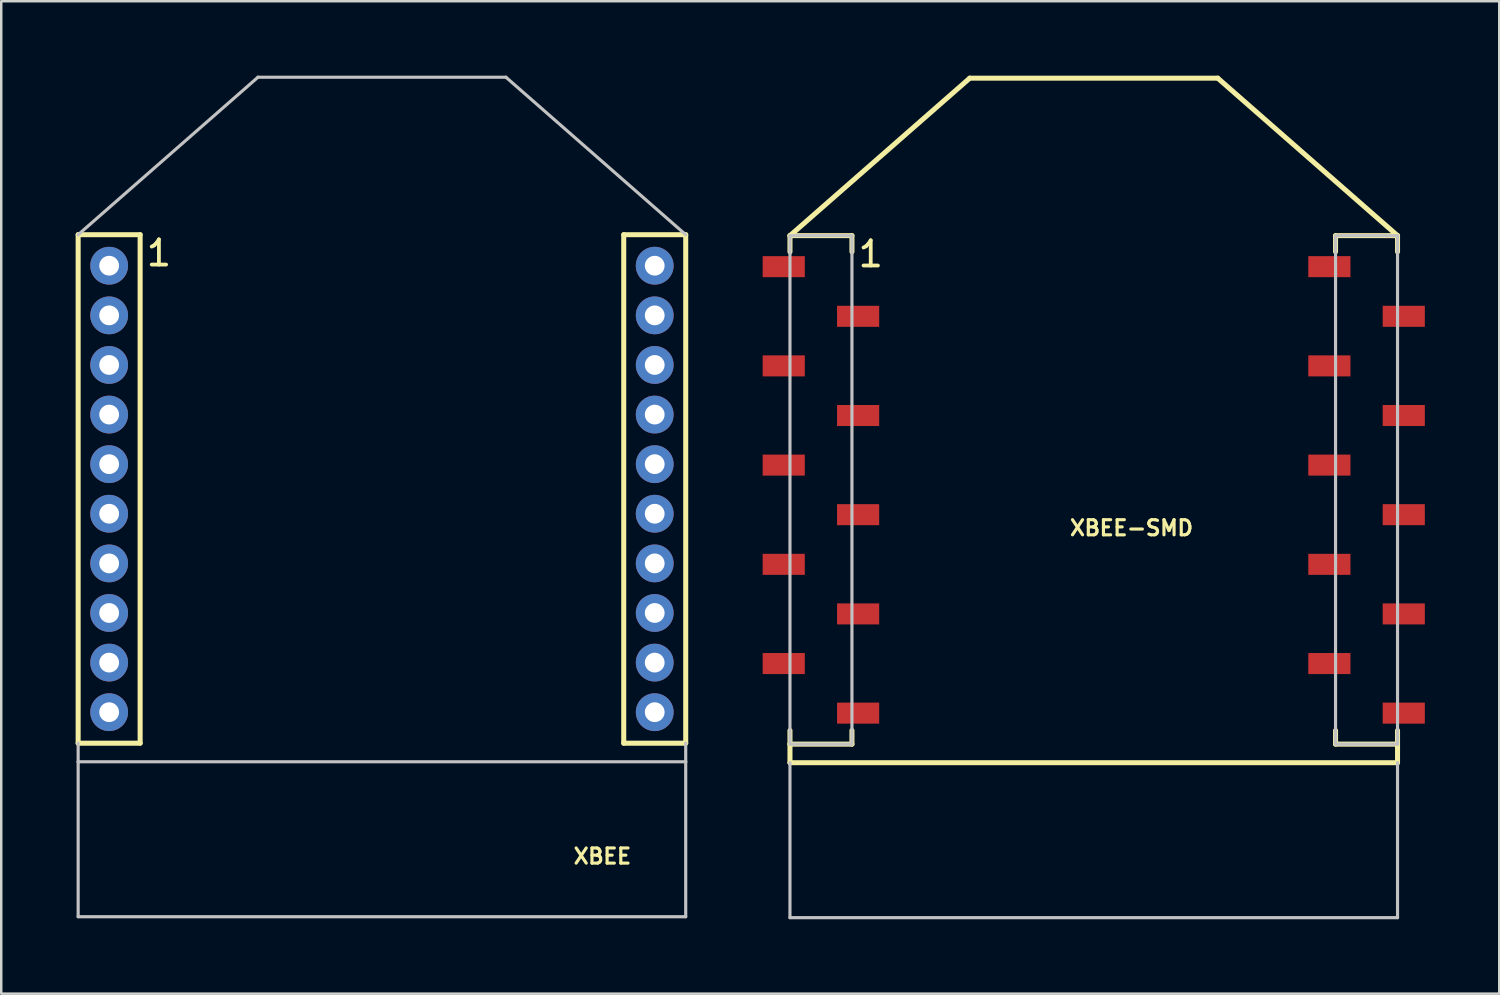
<source format=kicad_pcb>
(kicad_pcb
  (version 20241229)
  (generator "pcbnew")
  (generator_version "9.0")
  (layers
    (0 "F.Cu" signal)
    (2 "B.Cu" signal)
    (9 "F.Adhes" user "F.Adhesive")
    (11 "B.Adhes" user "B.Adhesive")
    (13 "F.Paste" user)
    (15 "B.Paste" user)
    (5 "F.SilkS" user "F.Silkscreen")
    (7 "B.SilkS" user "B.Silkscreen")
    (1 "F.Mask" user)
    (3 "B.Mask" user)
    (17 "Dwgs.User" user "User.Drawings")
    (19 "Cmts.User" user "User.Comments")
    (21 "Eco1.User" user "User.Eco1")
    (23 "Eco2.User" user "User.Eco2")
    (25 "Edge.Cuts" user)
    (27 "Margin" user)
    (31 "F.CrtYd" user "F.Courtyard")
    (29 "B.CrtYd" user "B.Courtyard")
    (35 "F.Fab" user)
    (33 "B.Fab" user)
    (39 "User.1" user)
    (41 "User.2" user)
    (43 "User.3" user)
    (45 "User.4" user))
  (footprint "XBEE-SMD"
    (layer "F.Cu")
    (at 41.048 27.701)
    (property "Reference" "XBEE-SMD" (at 1.524 -9.464 0) (layer "F.SilkS") (effects (font (size 0.61 0.61) (thickness 0.127))))
    (attr smd)
    (fp_line (start -12.248 -21.25) (end -12.248 -20.599) (stroke (width 0.203) (type solid)) (layer "F.SilkS"))
    (fp_line (start -12.248 -21.25) (end -4.999 -27.6) (stroke (width 0.203) (type solid)) (layer "F.SilkS"))
    (fp_line (start -12.248 -1.298) (end -12.248 -0.749) (stroke (width 0.203) (type solid)) (layer "F.SilkS"))
    (fp_line (start -12.248 -0.749) (end -12.248 0) (stroke (width 0.203) (type solid)) (layer "F.SilkS"))
    (fp_line (start -12.248 -0.749) (end -9.749 -0.749) (stroke (width 0.203) (type solid)) (layer "F.SilkS"))
    (fp_line (start -12.248 0) (end 12.248 0) (stroke (width 0.203) (type solid)) (layer "F.SilkS"))
    (fp_line (start -9.749 -21.25) (end -12.248 -21.25) (stroke (width 0.203) (type solid)) (layer "F.SilkS"))
    (fp_line (start -9.749 -20.599) (end -9.749 -21.25) (stroke (width 0.203) (type solid)) (layer "F.SilkS"))
    (fp_line (start -9.749 -0.749) (end -9.749 -1.298) (stroke (width 0.203) (type solid)) (layer "F.SilkS"))
    (fp_line (start -4.999 -27.6) (end 4.999 -27.6) (stroke (width 0.203) (type solid)) (layer "F.SilkS"))
    (fp_line (start 9.749 -21.25) (end 9.749 -20.599) (stroke (width 0.203) (type solid)) (layer "F.SilkS"))
    (fp_line (start 9.749 -0.749) (end 9.749 -1.298) (stroke (width 0.203) (type solid)) (layer "F.SilkS"))
    (fp_line (start 9.749 -0.749) (end 12.248 -0.749) (stroke (width 0.203) (type solid)) (layer "F.SilkS"))
    (fp_line (start 12.248 -21.25) (end 4.999 -27.6) (stroke (width 0.203) (type solid)) (layer "F.SilkS"))
    (fp_line (start 12.248 -21.25) (end 9.749 -21.25) (stroke (width 0.203) (type solid)) (layer "F.SilkS"))
    (fp_line (start 12.248 -20.599) (end 12.248 -21.25) (stroke (width 0.203) (type solid)) (layer "F.SilkS"))
    (fp_line (start 12.248 -0.749) (end 12.248 -1.298) (stroke (width 0.203) (type solid)) (layer "F.SilkS"))
    (fp_line (start 12.248 -0.749) (end 12.248 0) (stroke (width 0.203) (type solid)) (layer "F.SilkS"))
    (fp_line (start -12.248 -21.25) (end -9.749 -21.25) (stroke (width 0.127) (type solid)) (layer "Dwgs.User"))
    (fp_line (start -12.248 -0.749) (end -12.248 -21.25) (stroke (width 0.127) (type solid)) (layer "Dwgs.User"))
    (fp_line (start -12.248 -0.749) (end -9.749 -0.749) (stroke (width 0.127) (type solid)) (layer "Dwgs.User"))
    (fp_line (start -12.248 0) (end -12.248 6.248) (stroke (width 0.127) (type solid)) (layer "Dwgs.User"))
    (fp_line (start -12.248 6.248) (end 12.248 6.248) (stroke (width 0.127) (type solid)) (layer "Dwgs.User"))
    (fp_line (start -9.749 -21.25) (end -9.749 -0.749) (stroke (width 0.127) (type solid)) (layer "Dwgs.User"))
    (fp_line (start 9.749 -21.25) (end 12.248 -21.25) (stroke (width 0.127) (type solid)) (layer "Dwgs.User"))
    (fp_line (start 9.749 -0.749) (end 9.749 -21.25) (stroke (width 0.127) (type solid)) (layer "Dwgs.User"))
    (fp_line (start 9.749 -0.749) (end 12.248 -0.749) (stroke (width 0.127) (type solid)) (layer "Dwgs.User"))
    (fp_line (start 12.248 -21.25) (end 12.248 -0.749) (stroke (width 0.127) (type solid)) (layer "Dwgs.User"))
    (fp_line (start 12.248 0) (end 12.248 6.248) (stroke (width 0.127) (type solid)) (layer "Dwgs.User"))
    (fp_text user "1" (at -8.992 -20.508 0) (layer "F.SilkS") (effects (font (size 1.016 1.016) (thickness 0.152))))
    (pad "1" smd rect (at -12.499 -20 90) (size 0.848 1.699) (layers "F.Cu" "F.Mask" "F.Paste"))
    (pad "2" smd rect (at -9.5 -17.998 90) (size 0.848 1.699) (layers "F.Cu" "F.Mask" "F.Paste"))
    (pad "3" smd rect (at -12.499 -15.999 90) (size 0.848 1.699) (layers "F.Cu" "F.Mask" "F.Paste"))
    (pad "4" smd rect (at -9.5 -13.998 90) (size 0.848 1.699) (layers "F.Cu" "F.Mask" "F.Paste"))
    (pad "5" smd rect (at -12.499 -11.999 90) (size 0.848 1.699) (layers "F.Cu" "F.Mask" "F.Paste"))
    (pad "6" smd rect (at -9.5 -10 90) (size 0.848 1.699) (layers "F.Cu" "F.Mask" "F.Paste"))
    (pad "7" smd rect (at -12.499 -7.998 90) (size 0.848 1.699) (layers "F.Cu" "F.Mask" "F.Paste"))
    (pad "8" smd rect (at -9.5 -5.999 90) (size 0.848 1.699) (layers "F.Cu" "F.Mask" "F.Paste"))
    (pad "9" smd rect (at -12.499 -3.998 90) (size 0.848 1.699) (layers "F.Cu" "F.Mask" "F.Paste"))
    (pad "10" smd rect (at -9.5 -1.999 90) (size 0.848 1.699) (layers "F.Cu" "F.Mask" "F.Paste"))
    (pad "11" smd rect (at 12.499 -1.999 90) (size 0.848 1.699) (layers "F.Cu" "F.Mask" "F.Paste"))
    (pad "12" smd rect (at 9.5 -3.998 90) (size 0.848 1.699) (layers "F.Cu" "F.Mask" "F.Paste"))
    (pad "13" smd rect (at 12.499 -5.999 90) (size 0.848 1.699) (layers "F.Cu" "F.Mask" "F.Paste"))
    (pad "14" smd rect (at 9.5 -7.998 90) (size 0.848 1.699) (layers "F.Cu" "F.Mask" "F.Paste"))
    (pad "15" smd rect (at 12.499 -10 90) (size 0.848 1.699) (layers "F.Cu" "F.Mask" "F.Paste"))
    (pad "16" smd rect (at 9.5 -11.999 90) (size 0.848 1.699) (layers "F.Cu" "F.Mask" "F.Paste"))
    (pad "17" smd rect (at 12.499 -13.998 90) (size 0.848 1.699) (layers "F.Cu" "F.Mask" "F.Paste"))
    (pad "18" smd rect (at 9.5 -15.999 90) (size 0.848 1.699) (layers "F.Cu" "F.Mask" "F.Paste"))
    (pad "19" smd rect (at 12.499 -17.998 90) (size 0.848 1.699) (layers "F.Cu" "F.Mask" "F.Paste"))
    (pad "20" smd rect (at 9.5 -20 90) (size 0.848 1.699) (layers "F.Cu" "F.Mask" "F.Paste")))
  (footprint "XBEE"
    (layer "F.Cu")
    (at 12.349 27.663)
    (property "Reference" "XBEE" (at 8.89 3.81 0) (layer "F.SilkS") (effects (font (size 0.61 0.61) (thickness 0.127))))
    (attr exclude_from_pos_files exclude_from_bom)
    (fp_line (start -12.248 -21.25) (end -12.248 -0.749) (stroke (width 0.203) (type solid)) (layer "F.SilkS"))
    (fp_line (start -12.248 -0.749) (end -9.749 -0.749) (stroke (width 0.203) (type solid)) (layer "F.SilkS"))
    (fp_line (start -9.749 -21.25) (end -12.248 -21.25) (stroke (width 0.203) (type solid)) (layer "F.SilkS"))
    (fp_line (start -9.749 -21.25) (end -9.749 -0.749) (stroke (width 0.203) (type solid)) (layer "F.SilkS"))
    (fp_line (start 9.749 -21.25) (end 9.749 -0.749) (stroke (width 0.203) (type solid)) (layer "F.SilkS"))
    (fp_line (start 9.749 -21.25) (end 12.248 -21.25) (stroke (width 0.203) (type solid)) (layer "F.SilkS"))
    (fp_line (start 12.248 -21.25) (end 12.248 -0.749) (stroke (width 0.203) (type solid)) (layer "F.SilkS"))
    (fp_line (start 12.248 -0.749) (end 9.749 -0.749) (stroke (width 0.203) (type solid)) (layer "F.SilkS"))
    (fp_line (start -12.248 -21.25) (end -4.999 -27.6) (stroke (width 0.127) (type solid)) (layer "Dwgs.User"))
    (fp_line (start -12.248 -0.749) (end -12.248 0) (stroke (width 0.127) (type solid)) (layer "Dwgs.User"))
    (fp_line (start -12.248 0) (end -12.248 6.248) (stroke (width 0.127) (type solid)) (layer "Dwgs.User"))
    (fp_line (start -12.248 0) (end 12.248 0) (stroke (width 0.127) (type solid)) (layer "Dwgs.User"))
    (fp_line (start -12.248 6.248) (end 12.248 6.248) (stroke (width 0.127) (type solid)) (layer "Dwgs.User"))
    (fp_line (start -4.999 -27.6) (end 4.999 -27.6) (stroke (width 0.127) (type solid)) (layer "Dwgs.User"))
    (fp_line (start 12.248 -21.25) (end 4.999 -27.6) (stroke (width 0.127) (type solid)) (layer "Dwgs.User"))
    (fp_line (start 12.248 -0.749) (end 12.248 0) (stroke (width 0.127) (type solid)) (layer "Dwgs.User"))
    (fp_line (start 12.248 0) (end 12.248 6.248) (stroke (width 0.127) (type solid)) (layer "Dwgs.User"))
    (fp_text user "1" (at -8.992 -20.508 0) (layer "F.SilkS") (effects (font (size 1.016 1.016) (thickness 0.152))))
    (pad "1" thru_hole circle (at -10.998 -20) (size 1.524 1.524) (drill 0.798) (layers "*.Cu" "*.Paste" "*.Mask"))
    (pad "2" thru_hole circle (at -10.998 -17.998) (size 1.524 1.524) (drill 0.798) (layers "*.Cu" "*.Paste" "*.Mask"))
    (pad "3" thru_hole circle (at -10.998 -15.999) (size 1.524 1.524) (drill 0.798) (layers "*.Cu" "*.Paste" "*.Mask"))
    (pad "4" thru_hole circle (at -10.998 -13.998) (size 1.524 1.524) (drill 0.798) (layers "*.Cu" "*.Paste" "*.Mask"))
    (pad "5" thru_hole circle (at -10.998 -11.999) (size 1.524 1.524) (drill 0.798) (layers "*.Cu" "*.Paste" "*.Mask"))
    (pad "6" thru_hole circle (at -10.998 -10) (size 1.524 1.524) (drill 0.798) (layers "*.Cu" "*.Paste" "*.Mask"))
    (pad "7" thru_hole circle (at -10.998 -7.998) (size 1.524 1.524) (drill 0.798) (layers "*.Cu" "*.Paste" "*.Mask"))
    (pad "8" thru_hole circle (at -10.998 -5.999) (size 1.524 1.524) (drill 0.798) (layers "*.Cu" "*.Paste" "*.Mask"))
    (pad "9" thru_hole circle (at -10.998 -3.998) (size 1.524 1.524) (drill 0.798) (layers "*.Cu" "*.Paste" "*.Mask"))
    (pad "10" thru_hole circle (at -10.998 -1.999) (size 1.524 1.524) (drill 0.798) (layers "*.Cu" "*.Paste" "*.Mask"))
    (pad "11" thru_hole circle (at 10.998 -1.999) (size 1.524 1.524) (drill 0.798) (layers "*.Cu" "*.Paste" "*.Mask"))
    (pad "12" thru_hole circle (at 10.998 -3.998) (size 1.524 1.524) (drill 0.798) (layers "*.Cu" "*.Paste" "*.Mask"))
    (pad "13" thru_hole circle (at 10.998 -5.999) (size 1.524 1.524) (drill 0.798) (layers "*.Cu" "*.Paste" "*.Mask"))
    (pad "14" thru_hole circle (at 10.998 -7.998) (size 1.524 1.524) (drill 0.798) (layers "*.Cu" "*.Paste" "*.Mask"))
    (pad "15" thru_hole circle (at 10.998 -10) (size 1.524 1.524) (drill 0.798) (layers "*.Cu" "*.Paste" "*.Mask"))
    (pad "16" thru_hole circle (at 10.998 -11.999) (size 1.524 1.524) (drill 0.798) (layers "*.Cu" "*.Paste" "*.Mask"))
    (pad "17" thru_hole circle (at 10.998 -13.998) (size 1.524 1.524) (drill 0.798) (layers "*.Cu" "*.Paste" "*.Mask"))
    (pad "18" thru_hole circle (at 10.998 -15.999) (size 1.524 1.524) (drill 0.798) (layers "*.Cu" "*.Paste" "*.Mask"))
    (pad "19" thru_hole circle (at 10.998 -17.998) (size 1.524 1.524) (drill 0.798) (layers "*.Cu" "*.Paste" "*.Mask"))
    (pad "20" thru_hole circle (at 10.998 -20) (size 1.524 1.524) (drill 0.798) (layers "*.Cu" "*.Paste" "*.Mask")))
  (gr_rect
    (start -3 -3)
    (end 57.397 37.013)
    (stroke (width 0.1) (type default))
    (fill no)
    (layer "Edge.Cuts")))
</source>
